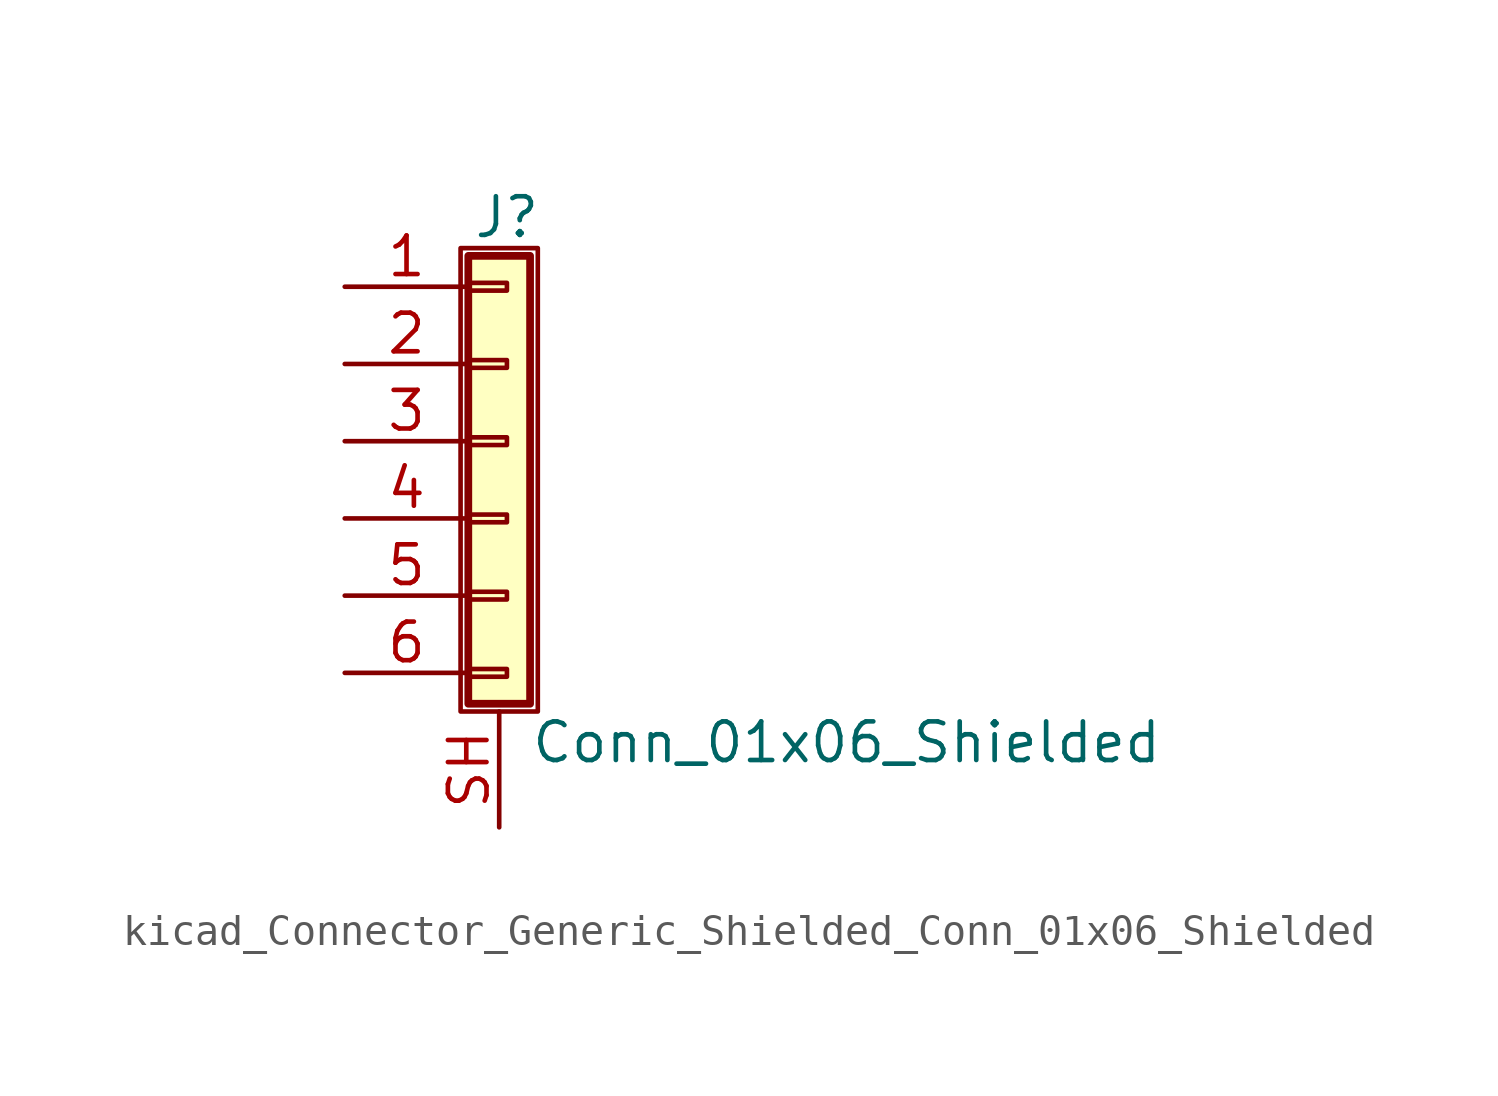
<source format=kicad_sym>
(kicad_symbol_lib
  (version 20220914)
  (generator kicad_symbol_editor)
  (symbol "kicad_Connector_Generic_Shielded_Conn_01x06_Shielded"
    (pin_names
      (offset 1.016) hide)
    (property "Reference" "J"
      (at 0.254 7.366 0)
      (effects (font (size 1.27 1.27))))
    (property "Value" "Conn_01x06_Shielded"
      (at 1.016 -9.906 0)
      (effects (font (size 1.27 1.27)) (justify left)))
    (symbol "kicad_Connector_Generic_Shielded_Conn_01x06_Shielded_1_1"
      (rectangle (start -1.27 6.35) (end 1.27 -8.89) (stroke (width 0.152) (type default)) (fill (type none)))
      (rectangle (start -1.016 -7.493) (end 0.254 -7.747) (stroke (width 0.152) (type default)) (fill (type none)))
      (rectangle (start -1.016 -4.953) (end 0.254 -5.207) (stroke (width 0.152) (type default)) (fill (type none)))
      (rectangle (start -1.016 -2.413) (end 0.254 -2.667) (stroke (width 0.152) (type default)) (fill (type none)))
      (rectangle (start -1.016 0.127) (end 0.254 -0.127) (stroke (width 0.152) (type default)) (fill (type none)))
      (rectangle (start -1.016 2.667) (end 0.254 2.413) (stroke (width 0.152) (type default)) (fill (type none)))
      (rectangle (start -1.016 5.207) (end 0.254 4.953) (stroke (width 0.152) (type default)) (fill (type none)))
      (rectangle (start -1.016 6.096) (end 1.016 -8.636) (stroke (width 0.254) (type default)) (fill (type background)))
      (pin passive line (at -5.08 5.08 0) (length 4.064) (name "Pin_1" (effects (font (size 1.27 1.27)))) (number "1" (effects (font (size 1.27 1.27)))))
      (pin passive line (at -5.08 2.54 0) (length 4.064) (name "Pin_2" (effects (font (size 1.27 1.27)))) (number "2" (effects (font (size 1.27 1.27)))))
      (pin passive line (at -5.08 0 0) (length 4.064) (name "Pin_3" (effects (font (size 1.27 1.27)))) (number "3" (effects (font (size 1.27 1.27)))))
      (pin passive line (at -5.08 -2.54 0) (length 4.064) (name "Pin_4" (effects (font (size 1.27 1.27)))) (number "4" (effects (font (size 1.27 1.27)))))
      (pin passive line (at -5.08 -5.08 0) (length 4.064) (name "Pin_5" (effects (font (size 1.27 1.27)))) (number "5" (effects (font (size 1.27 1.27)))))
      (pin passive line (at -5.08 -7.62 0) (length 4.064) (name "Pin_6" (effects (font (size 1.27 1.27)))) (number "6" (effects (font (size 1.27 1.27)))))
      (pin passive line (at 0 -12.7 90) (length 3.81) (name "Shield" (effects (font (size 1.27 1.27)))) (number "SH" (effects (font (size 1.27 1.27))))))))
</source>
